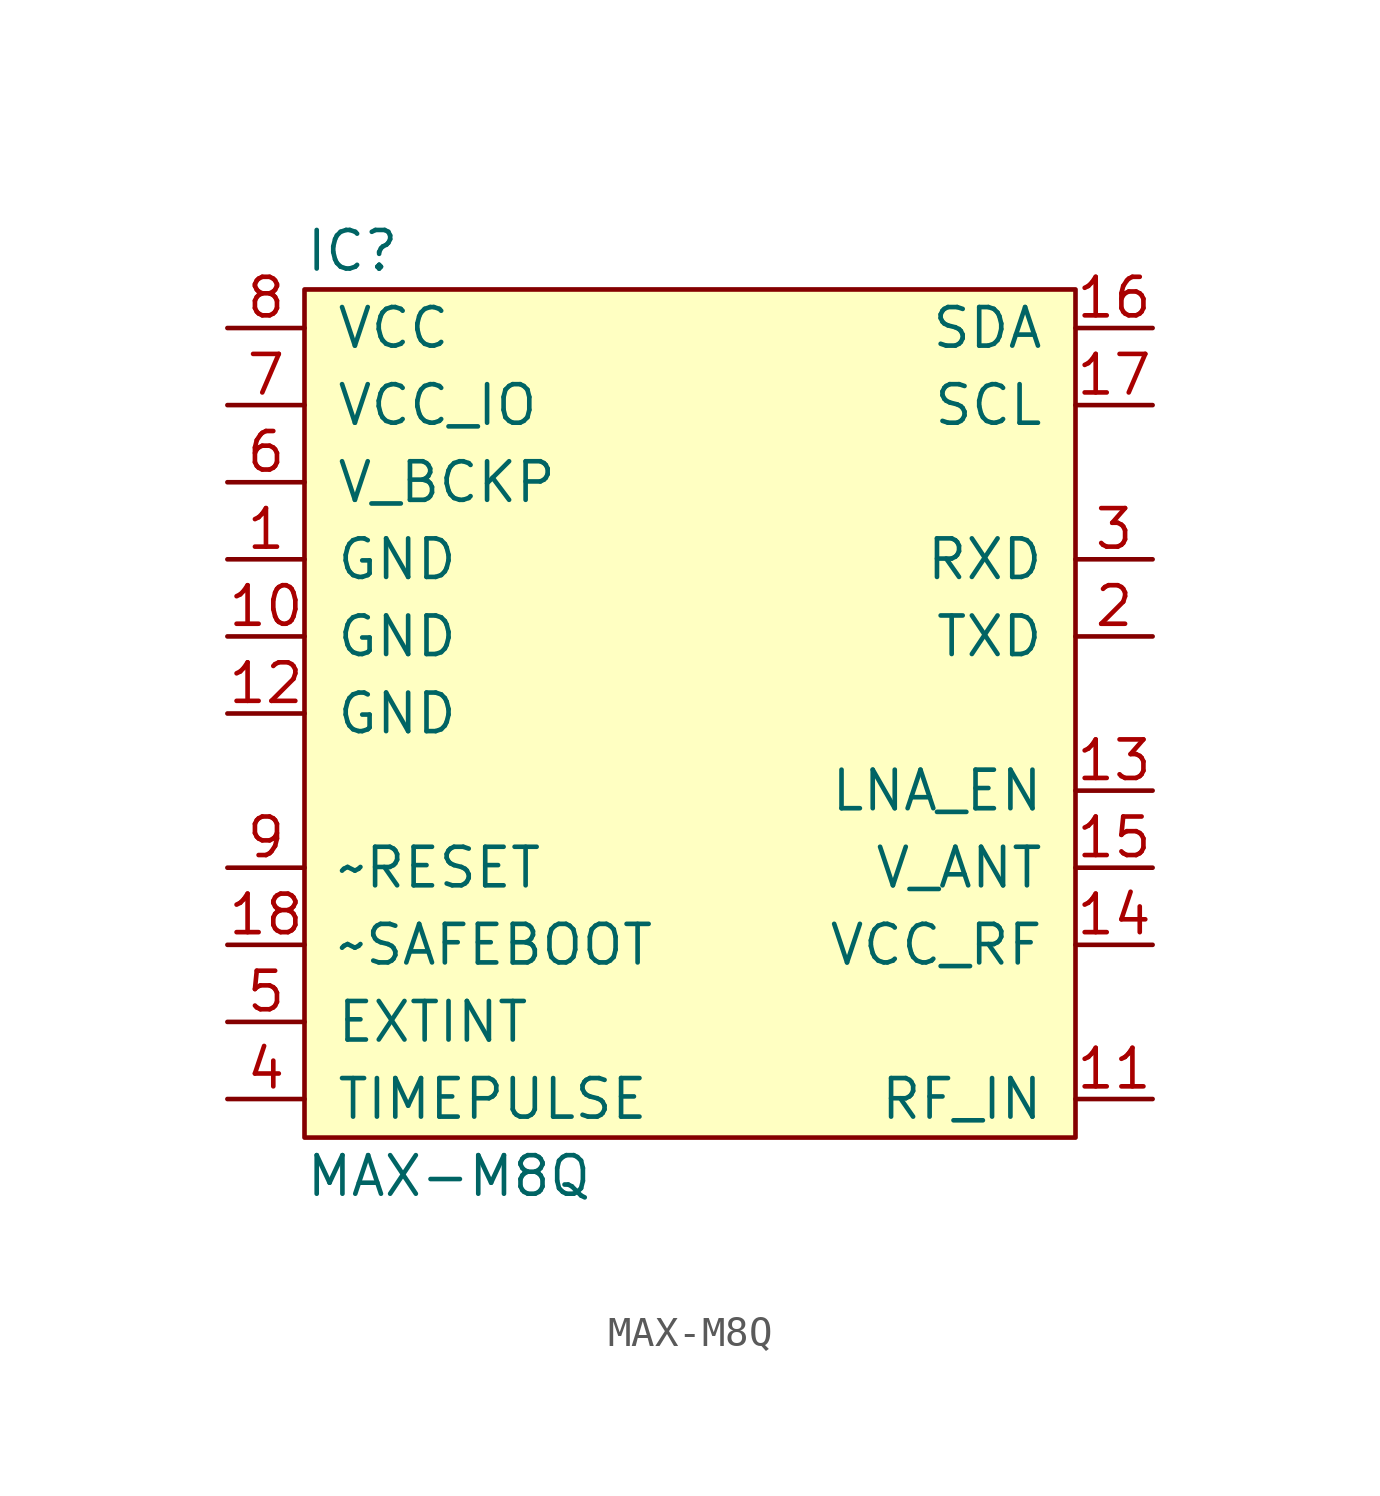
<source format=kicad_sym>
(kicad_symbol_lib
  (version 20211014)
  (generator agg_kicad.build_lib_ic)
  (symbol "MAX-M8Q"
    (pin_names
      (offset 1.016))
    (property Reference IC
      (at -12.7 15.24 0)
      (effects (font (size 1.27 1.27)) (justify left)))
    (property Value "MAX-M8Q"
      (at -12.7 -15.24 0)
      (effects (font (size 1.27 1.27)) (justify left)))
    (symbol "MAX-M8Q_0_0"
      (rectangle (start -12.7 13.97) (end 12.7 -13.97) (stroke (width 0) (type default) (color 0 0 0 0)) (fill (type background)))
      (pin power_in line (at -15.24 12.7 0) (length 2.54) (name VCC (effects (font (size 1.27 1.27)))) (number "8" (effects (font (size 1.27 1.27)))))
      (pin power_in line (at -15.24 10.16 0) (length 2.54) (name VCC_IO (effects (font (size 1.27 1.27)))) (number "7" (effects (font (size 1.27 1.27)))))
      (pin power_in line (at -15.24 7.62 0) (length 2.54) (name V_BCKP (effects (font (size 1.27 1.27)))) (number "6" (effects (font (size 1.27 1.27)))))
      (pin power_in line (at -15.24 5.08 0) (length 2.54) (name GND (effects (font (size 1.27 1.27)))) (number "1" (effects (font (size 1.27 1.27)))))
      (pin power_in line (at -15.24 2.54 0) (length 2.54) (name GND (effects (font (size 1.27 1.27)))) (number "10" (effects (font (size 1.27 1.27)))))
      (pin power_in line (at -15.24 0 0) (length 2.54) (name GND (effects (font (size 1.27 1.27)))) (number "12" (effects (font (size 1.27 1.27)))))
      (pin input line (at -15.24 -5.08 0) (length 2.54) (name "~RESET" (effects (font (size 1.27 1.27)))) (number "9" (effects (font (size 1.27 1.27)))))
      (pin input line (at -15.24 -7.62 0) (length 2.54) (name "~SAFEBOOT" (effects (font (size 1.27 1.27)))) (number "18" (effects (font (size 1.27 1.27)))))
      (pin input line (at -15.24 -10.16 0) (length 2.54) (name EXTINT (effects (font (size 1.27 1.27)))) (number "5" (effects (font (size 1.27 1.27)))))
      (pin output line (at -15.24 -12.7 0) (length 2.54) (name TIMEPULSE (effects (font (size 1.27 1.27)))) (number "4" (effects (font (size 1.27 1.27)))))
      (pin bidirectional line (at 15.24 12.7 180) (length 2.54) (name SDA (effects (font (size 1.27 1.27)))) (number "16" (effects (font (size 1.27 1.27)))))
      (pin bidirectional line (at 15.24 10.16 180) (length 2.54) (name SCL (effects (font (size 1.27 1.27)))) (number "17" (effects (font (size 1.27 1.27)))))
      (pin input line (at 15.24 5.08 180) (length 2.54) (name RXD (effects (font (size 1.27 1.27)))) (number "3" (effects (font (size 1.27 1.27)))))
      (pin input line (at 15.24 2.54 180) (length 2.54) (name TXD (effects (font (size 1.27 1.27)))) (number "2" (effects (font (size 1.27 1.27)))))
      (pin output line (at 15.24 -2.54 180) (length 2.54) (name LNA_EN (effects (font (size 1.27 1.27)))) (number "13" (effects (font (size 1.27 1.27)))))
      (pin power_in line (at 15.24 -5.08 180) (length 2.54) (name V_ANT (effects (font (size 1.27 1.27)))) (number "15" (effects (font (size 1.27 1.27)))))
      (pin power_out line (at 15.24 -7.62 180) (length 2.54) (name VCC_RF (effects (font (size 1.27 1.27)))) (number "14" (effects (font (size 1.27 1.27)))))
      (pin input line (at 15.24 -12.7 180) (length 2.54) (name RF_IN (effects (font (size 1.27 1.27)))) (number "11" (effects (font (size 1.27 1.27))))))))
</source>
